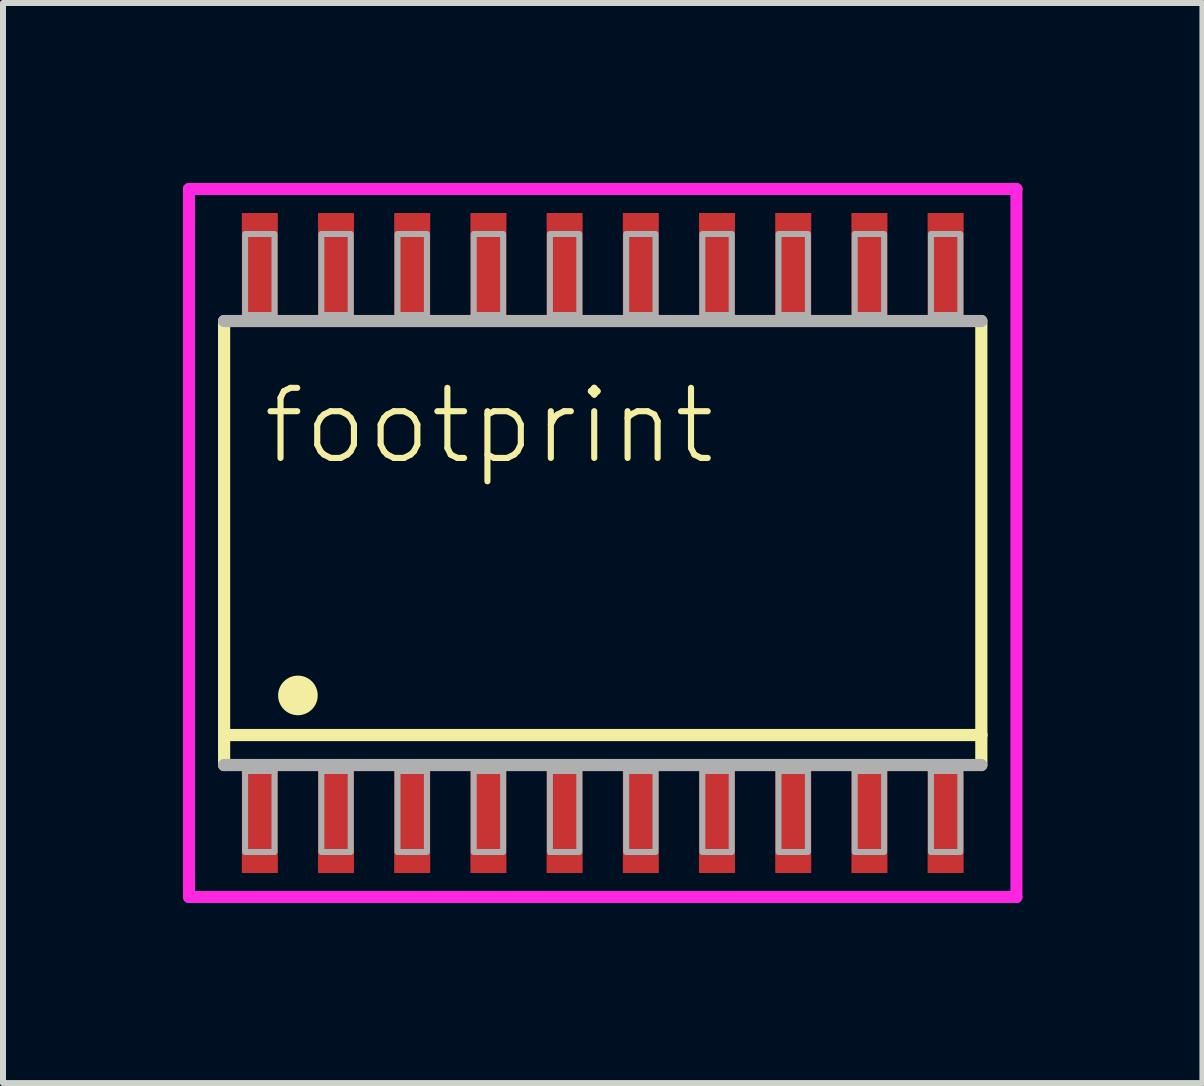
<source format=kicad_pcb>
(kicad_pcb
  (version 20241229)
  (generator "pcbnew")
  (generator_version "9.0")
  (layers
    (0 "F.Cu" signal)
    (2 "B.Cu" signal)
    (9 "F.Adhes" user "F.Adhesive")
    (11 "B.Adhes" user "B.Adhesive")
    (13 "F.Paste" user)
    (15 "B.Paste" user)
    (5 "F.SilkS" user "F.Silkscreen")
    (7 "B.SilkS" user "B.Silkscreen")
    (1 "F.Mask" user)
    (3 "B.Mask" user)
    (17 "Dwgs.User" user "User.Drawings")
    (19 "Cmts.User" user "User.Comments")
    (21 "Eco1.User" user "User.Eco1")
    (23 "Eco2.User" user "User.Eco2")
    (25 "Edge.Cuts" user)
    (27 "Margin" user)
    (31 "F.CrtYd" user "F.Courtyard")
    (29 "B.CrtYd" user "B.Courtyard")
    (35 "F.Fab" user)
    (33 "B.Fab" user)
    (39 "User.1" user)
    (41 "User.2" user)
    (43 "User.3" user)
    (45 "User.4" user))
  (footprint "footprint"
    (layer "F.Cu")
    (at 6.995 6)
    (property "Reference" "footprint" (at -5.715 -1.27 0) (layer "F.SilkS") (effects (font (size 1.168 1.168) (thickness 0.102)) (justify left bottom)))
    (fp_line (start -6.31 3.2) (end -6.31 -3.7) (stroke (width 0.203) (type solid)) (layer "F.SilkS"))
    (fp_line (start -6.31 3.7) (end -6.31 3.2) (stroke (width 0.203) (type solid)) (layer "F.SilkS"))
    (fp_line (start 6.31 -3.7) (end 6.31 3.2) (stroke (width 0.203) (type solid)) (layer "F.SilkS"))
    (fp_line (start 6.31 3.2) (end -6.31 3.2) (stroke (width 0.203) (type solid)) (layer "F.SilkS"))
    (fp_line (start 6.31 3.2) (end 6.31 3.7) (stroke (width 0.203) (type solid)) (layer "F.SilkS"))
    (fp_circle (center -5.08 2.54) (end -4.915 2.54) (stroke (width 0.33) (type solid)) (fill yes) (layer "F.SilkS"))
    (fp_line (start -6.895 -5.9) (end 6.895 -5.9) (stroke (width 0.2) (type solid)) (layer "F.CrtYd"))
    (fp_line (start -6.895 5.9) (end -6.895 -5.9) (stroke (width 0.2) (type solid)) (layer "F.CrtYd"))
    (fp_line (start 6.895 -5.9) (end 6.895 5.9) (stroke (width 0.2) (type solid)) (layer "F.CrtYd"))
    (fp_line (start 6.895 5.9) (end -6.895 5.9) (stroke (width 0.2) (type solid)) (layer "F.CrtYd"))
    (fp_line (start -6.31 -3.7) (end 6.31 -3.7) (stroke (width 0.203) (type solid)) (layer "F.Fab"))
    (fp_line (start 6.31 3.7) (end -6.31 3.7) (stroke (width 0.203) (type solid)) (layer "F.Fab"))
    (fp_poly (pts (xy -5.96 -3.8) (xy -5.47 -3.8) (xy -5.47 -5.15) (xy -5.96 -5.15)) (stroke (width 0.1) (type solid)) (fill no) (layer "F.Fab"))
    (fp_poly (pts (xy -5.96 5.15) (xy -5.47 5.15) (xy -5.47 3.8) (xy -5.96 3.8)) (stroke (width 0.1) (type solid)) (fill no) (layer "F.Fab"))
    (fp_poly (pts (xy -4.69 -3.8) (xy -4.2 -3.8) (xy -4.2 -5.15) (xy -4.69 -5.15)) (stroke (width 0.1) (type solid)) (fill no) (layer "F.Fab"))
    (fp_poly (pts (xy -4.69 5.15) (xy -4.2 5.15) (xy -4.2 3.8) (xy -4.69 3.8)) (stroke (width 0.1) (type solid)) (fill no) (layer "F.Fab"))
    (fp_poly (pts (xy -3.42 -3.8) (xy -2.93 -3.8) (xy -2.93 -5.15) (xy -3.42 -5.15)) (stroke (width 0.1) (type solid)) (fill no) (layer "F.Fab"))
    (fp_poly (pts (xy -3.42 5.15) (xy -2.93 5.15) (xy -2.93 3.8) (xy -3.42 3.8)) (stroke (width 0.1) (type solid)) (fill no) (layer "F.Fab"))
    (fp_poly (pts (xy -2.15 -3.8) (xy -1.66 -3.8) (xy -1.66 -5.15) (xy -2.15 -5.15)) (stroke (width 0.1) (type solid)) (fill no) (layer "F.Fab"))
    (fp_poly (pts (xy -2.15 5.15) (xy -1.66 5.15) (xy -1.66 3.8) (xy -2.15 3.8)) (stroke (width 0.1) (type solid)) (fill no) (layer "F.Fab"))
    (fp_poly (pts (xy -0.88 -3.8) (xy -0.39 -3.8) (xy -0.39 -5.15) (xy -0.88 -5.15)) (stroke (width 0.1) (type solid)) (fill no) (layer "F.Fab"))
    (fp_poly (pts (xy -0.88 5.15) (xy -0.39 5.15) (xy -0.39 3.8) (xy -0.88 3.8)) (stroke (width 0.1) (type solid)) (fill no) (layer "F.Fab"))
    (fp_poly (pts (xy 0.39 -3.8) (xy 0.88 -3.8) (xy 0.88 -5.15) (xy 0.39 -5.15)) (stroke (width 0.1) (type solid)) (fill no) (layer "F.Fab"))
    (fp_poly (pts (xy 0.39 5.15) (xy 0.88 5.15) (xy 0.88 3.8) (xy 0.39 3.8)) (stroke (width 0.1) (type solid)) (fill no) (layer "F.Fab"))
    (fp_poly (pts (xy 1.66 -3.8) (xy 2.15 -3.8) (xy 2.15 -5.15) (xy 1.66 -5.15)) (stroke (width 0.1) (type solid)) (fill no) (layer "F.Fab"))
    (fp_poly (pts (xy 1.66 5.15) (xy 2.15 5.15) (xy 2.15 3.8) (xy 1.66 3.8)) (stroke (width 0.1) (type solid)) (fill no) (layer "F.Fab"))
    (fp_poly (pts (xy 2.93 -3.8) (xy 3.42 -3.8) (xy 3.42 -5.15) (xy 2.93 -5.15)) (stroke (width 0.1) (type solid)) (fill no) (layer "F.Fab"))
    (fp_poly (pts (xy 2.93 5.15) (xy 3.42 5.15) (xy 3.42 3.8) (xy 2.93 3.8)) (stroke (width 0.1) (type solid)) (fill no) (layer "F.Fab"))
    (fp_poly (pts (xy 4.2 -3.8) (xy 4.69 -3.8) (xy 4.69 -5.15) (xy 4.2 -5.15)) (stroke (width 0.1) (type solid)) (fill no) (layer "F.Fab"))
    (fp_poly (pts (xy 4.2 5.15) (xy 4.69 5.15) (xy 4.69 3.8) (xy 4.2 3.8)) (stroke (width 0.1) (type solid)) (fill no) (layer "F.Fab"))
    (fp_poly (pts (xy 5.47 -3.8) (xy 5.96 -3.8) (xy 5.96 -5.15) (xy 5.47 -5.15)) (stroke (width 0.1) (type solid)) (fill no) (layer "F.Fab"))
    (fp_poly (pts (xy 5.47 5.15) (xy 5.96 5.15) (xy 5.96 3.8) (xy 5.47 3.8)) (stroke (width 0.1) (type solid)) (fill no) (layer "F.Fab"))
    (pad "1" smd rect (at -5.715 4.6) (size 0.6 1.8) (layers "F.Cu" "F.Mask" "F.Paste"))
    (pad "2" smd rect (at -4.445 4.6) (size 0.6 1.8) (layers "F.Cu" "F.Mask" "F.Paste"))
    (pad "3" smd rect (at -3.175 4.6) (size 0.6 1.8) (layers "F.Cu" "F.Mask" "F.Paste"))
    (pad "4" smd rect (at -1.905 4.6) (size 0.6 1.8) (layers "F.Cu" "F.Mask" "F.Paste"))
    (pad "5" smd rect (at -0.635 4.6) (size 0.6 1.8) (layers "F.Cu" "F.Mask" "F.Paste"))
    (pad "6" smd rect (at 0.635 4.6) (size 0.6 1.8) (layers "F.Cu" "F.Mask" "F.Paste"))
    (pad "7" smd rect (at 1.905 4.6) (size 0.6 1.8) (layers "F.Cu" "F.Mask" "F.Paste"))
    (pad "8" smd rect (at 3.175 4.6) (size 0.6 1.8) (layers "F.Cu" "F.Mask" "F.Paste"))
    (pad "9" smd rect (at 4.445 4.6) (size 0.6 1.8) (layers "F.Cu" "F.Mask" "F.Paste"))
    (pad "10" smd rect (at 5.715 4.6) (size 0.6 1.8) (layers "F.Cu" "F.Mask" "F.Paste"))
    (pad "11" smd rect (at 5.715 -4.6) (size 0.6 1.8) (layers "F.Cu" "F.Mask" "F.Paste"))
    (pad "12" smd rect (at 4.445 -4.6) (size 0.6 1.8) (layers "F.Cu" "F.Mask" "F.Paste"))
    (pad "13" smd rect (at 3.175 -4.6) (size 0.6 1.8) (layers "F.Cu" "F.Mask" "F.Paste"))
    (pad "14" smd rect (at 1.905 -4.6) (size 0.6 1.8) (layers "F.Cu" "F.Mask" "F.Paste"))
    (pad "15" smd rect (at 0.635 -4.6) (size 0.6 1.8) (layers "F.Cu" "F.Mask" "F.Paste"))
    (pad "16" smd rect (at -0.635 -4.6) (size 0.6 1.8) (layers "F.Cu" "F.Mask" "F.Paste"))
    (pad "17" smd rect (at -1.905 -4.6) (size 0.6 1.8) (layers "F.Cu" "F.Mask" "F.Paste"))
    (pad "18" smd rect (at -3.175 -4.6) (size 0.6 1.8) (layers "F.Cu" "F.Mask" "F.Paste"))
    (pad "19" smd rect (at -4.445 -4.6) (size 0.6 1.8) (layers "F.Cu" "F.Mask" "F.Paste"))
    (pad "20" smd rect (at -5.715 -4.6) (size 0.6 1.8) (layers "F.Cu" "F.Mask" "F.Paste")))
  (gr_rect
    (start -3 -3)
    (end 16.99 15)
    (stroke (width 0.1) (type default))
    (fill no)
    (layer "Edge.Cuts")))
</source>
